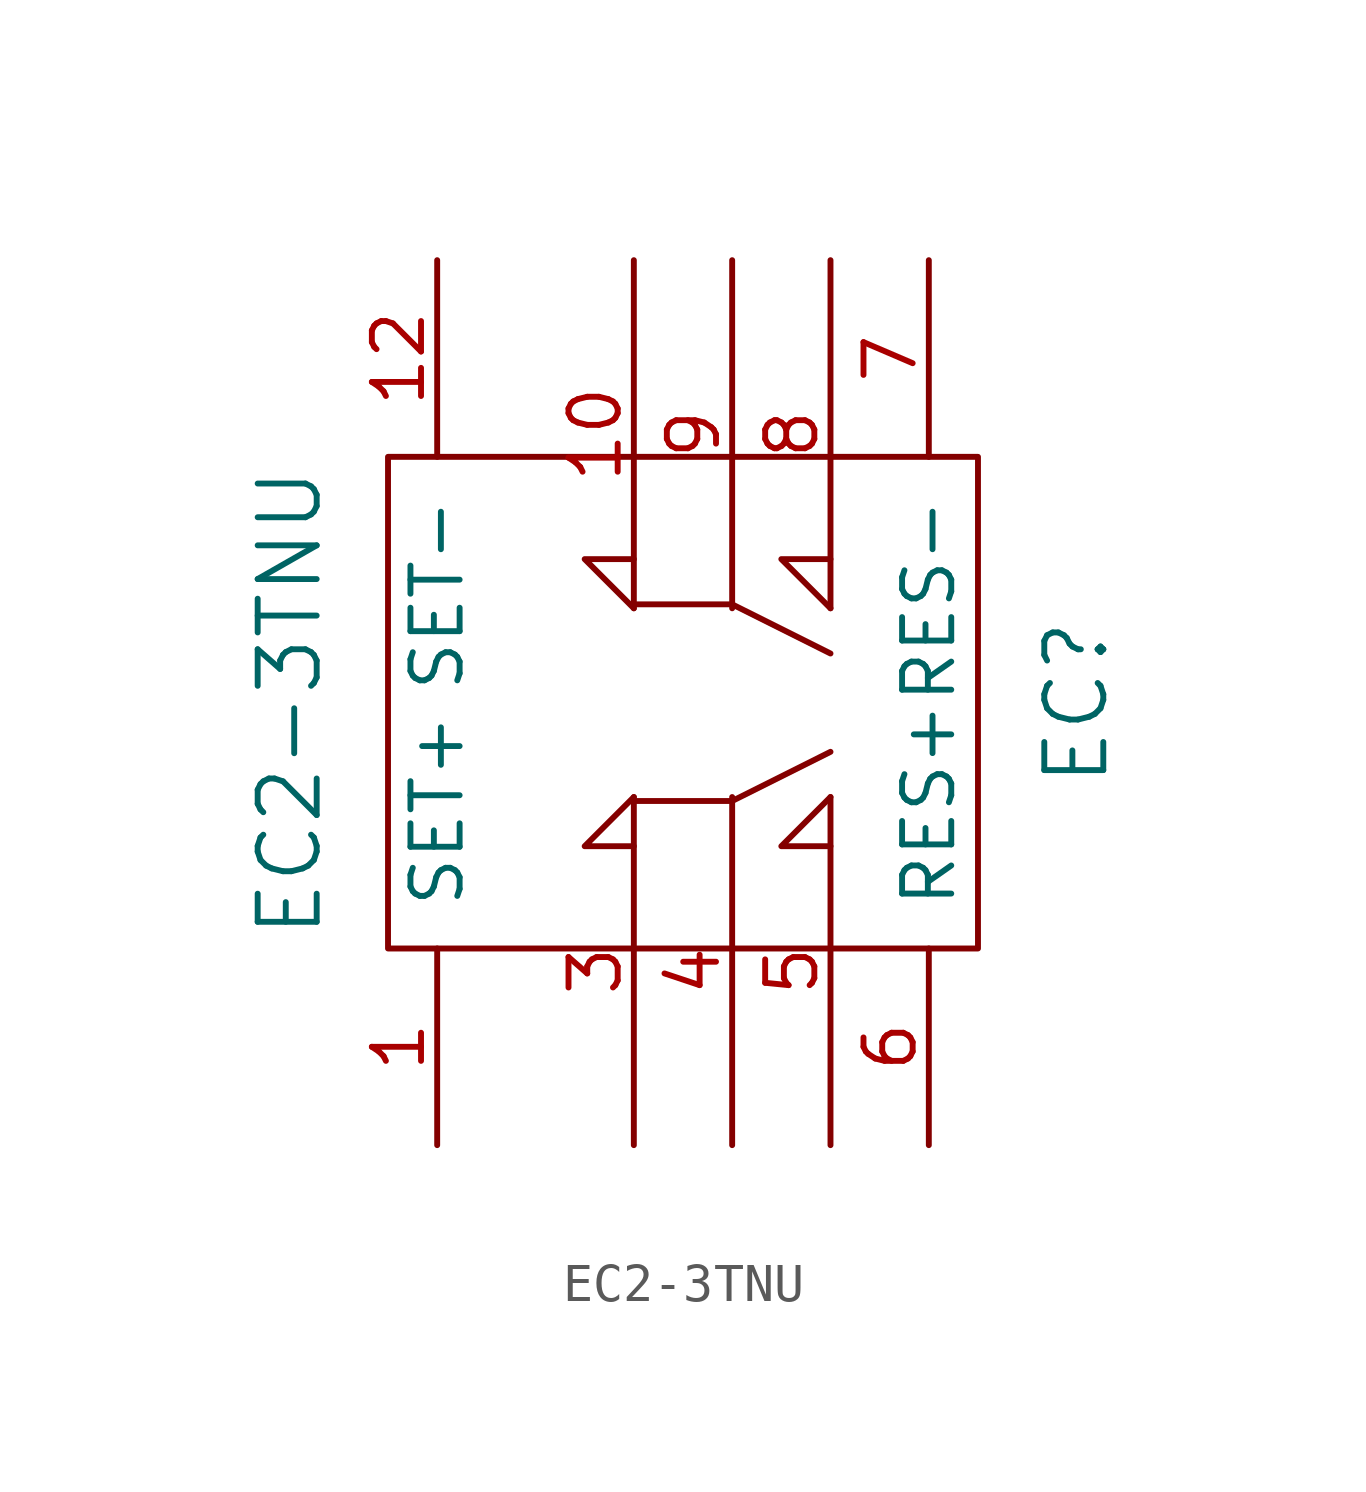
<source format=kicad_sym>
(kicad_symbol_lib
  (version 20220914)
  (generator kicad_symbol_editor)
  (symbol "EC2-3TNU"
    (pin_names
      (offset 1.016))
    (property "Reference" "EC"
      (at 24.13 -6.35 90)
      (effects (font (size 1.524 1.524))))
    (property "Value" "EC2-3TNU"
      (at 3.81 -6.35 90)
      (effects (font (size 1.524 1.524))))
    (symbol "EC2-3TNU_0_1"
      (polyline (pts (xy 12.7 -8.89) (xy 15.24 -8.89) (xy 17.78 -7.62)) (stroke (width 0) (type solid)) (fill (type none)))
      (polyline (pts (xy 12.7 -3.81) (xy 15.24 -3.81) (xy 17.78 -5.08)) (stroke (width 0) (type solid)) (fill (type none)))
      (rectangle (start 6.35 0) (end 21.59 -12.7) (stroke (width 0) (type solid)) (fill (type none))))
    (symbol "EC2-3TNU_1_1"
      (pin passive line (at 7.62 -17.78 90) (length 5.08) (name "SET+" (effects (font (size 1.27 1.27)))) (number "1" (effects (font (size 1.27 1.27)))))
      (pin passive input_low (at 12.7 5.08 270) (length 8.992) (name "~" (effects (font (size 1.27 1.27)))) (number "10" (effects (font (size 1.27 1.27)))))
      (pin passive line (at 7.62 5.08 270) (length 5.08) (name "SET-" (effects (font (size 1.27 1.27)))) (number "12" (effects (font (size 1.27 1.27)))))
      (pin passive input_low (at 12.7 -17.78 90) (length 8.992) (name "~" (effects (font (size 1.27 1.27)))) (number "3" (effects (font (size 1.27 1.27)))))
      (pin passive line (at 15.24 -17.78 90) (length 8.992) (name "~" (effects (font (size 1.27 1.27)))) (number "4" (effects (font (size 1.27 1.27)))))
      (pin passive input_low (at 17.78 -17.78 90) (length 8.992) (name "~" (effects (font (size 1.27 1.27)))) (number "5" (effects (font (size 1.27 1.27)))))
      (pin passive line (at 20.32 -17.78 90) (length 5.08) (name "RES+" (effects (font (size 1.27 1.27)))) (number "6" (effects (font (size 1.27 1.27)))))
      (pin passive line (at 20.32 5.08 270) (length 5.08) (name "RES-" (effects (font (size 1.27 1.27)))) (number "7" (effects (font (size 1.27 1.27)))))
      (pin passive input_low (at 17.78 5.08 270) (length 8.992) (name "~" (effects (font (size 1.27 1.27)))) (number "8" (effects (font (size 1.27 1.27)))))
      (pin passive line (at 15.24 5.08 270) (length 8.992) (name "~" (effects (font (size 1.27 1.27)))) (number "9" (effects (font (size 1.27 1.27))))))))
</source>
